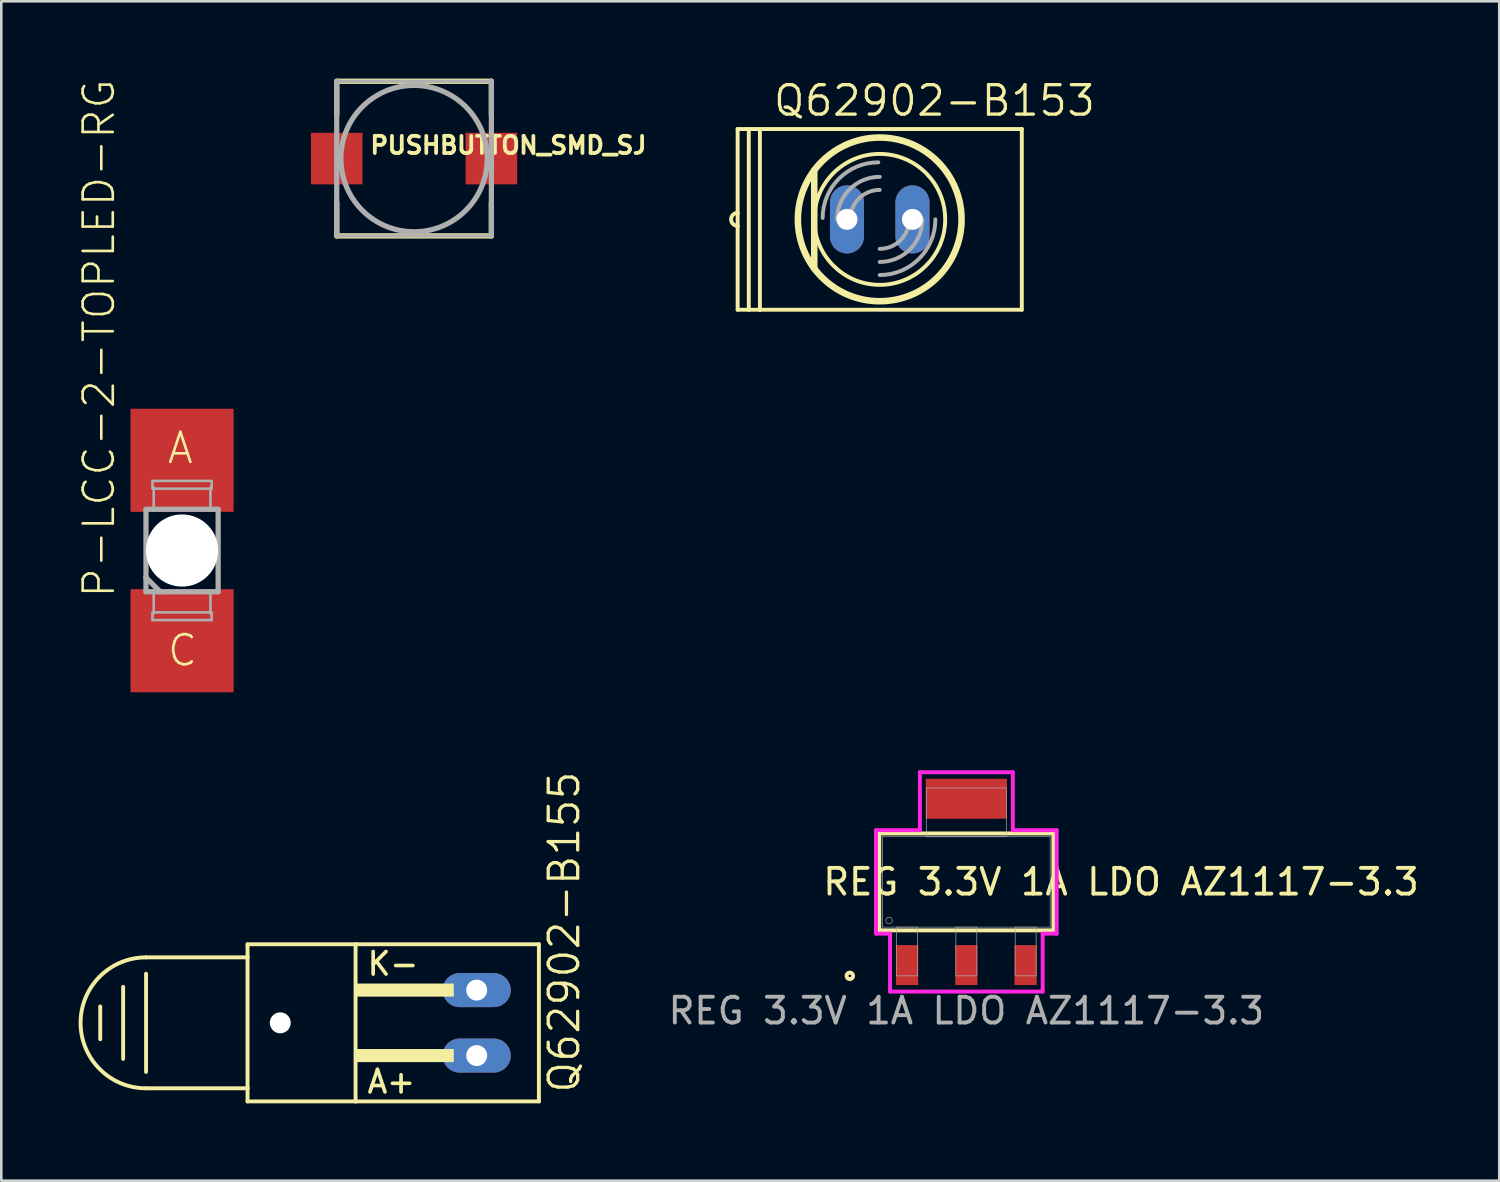
<source format=kicad_pcb>
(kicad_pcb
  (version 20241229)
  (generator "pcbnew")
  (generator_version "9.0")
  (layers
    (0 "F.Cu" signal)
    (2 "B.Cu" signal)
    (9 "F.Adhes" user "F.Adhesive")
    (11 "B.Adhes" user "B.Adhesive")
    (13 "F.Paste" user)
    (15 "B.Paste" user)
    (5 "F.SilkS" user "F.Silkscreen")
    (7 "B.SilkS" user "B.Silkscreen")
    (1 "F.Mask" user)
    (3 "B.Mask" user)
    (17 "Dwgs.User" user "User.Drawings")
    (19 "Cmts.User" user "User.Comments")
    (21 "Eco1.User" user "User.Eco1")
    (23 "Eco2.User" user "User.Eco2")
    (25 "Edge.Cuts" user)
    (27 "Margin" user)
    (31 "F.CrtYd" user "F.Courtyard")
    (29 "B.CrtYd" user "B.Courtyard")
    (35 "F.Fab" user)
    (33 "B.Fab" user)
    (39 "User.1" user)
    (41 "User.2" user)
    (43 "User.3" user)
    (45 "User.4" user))
  (footprint "Q62902-B153"
    (layer "F.Cu")
    (at 31.078 5.461)
    (property "Reference" "Q62902-B153" (at -4.191 -3.937 0) (unlocked yes) (layer "F.SilkS") (effects (font (size 1.143 1.143) (thickness 0.127)) (justify left bottom)))
    (fp_line (start -5.512 -0.254) (end -5.512 -3.505) (stroke (width 0.152) (type solid)) (layer "F.SilkS"))
    (fp_line (start -5.512 0.254) (end -5.512 -0.254) (stroke (width 0.152) (type solid)) (layer "F.SilkS"))
    (fp_line (start -5.512 3.505) (end -5.512 0.254) (stroke (width 0.152) (type solid)) (layer "F.SilkS"))
    (fp_line (start -5.08 -3.505) (end -5.512 -3.505) (stroke (width 0.152) (type solid)) (layer "F.SilkS"))
    (fp_line (start -5.08 -3.505) (end -4.648 -3.505) (stroke (width 0.152) (type solid)) (layer "F.SilkS"))
    (fp_line (start -5.08 3.505) (end -5.512 3.505) (stroke (width 0.152) (type solid)) (layer "F.SilkS"))
    (fp_line (start -5.08 3.505) (end -5.08 -3.505) (stroke (width 0.152) (type solid)) (layer "F.SilkS"))
    (fp_line (start -4.648 -3.505) (end -4.648 3.505) (stroke (width 0.152) (type solid)) (layer "F.SilkS"))
    (fp_line (start -4.648 -3.505) (end 5.512 -3.505) (stroke (width 0.152) (type solid)) (layer "F.SilkS"))
    (fp_line (start -4.648 3.505) (end -5.08 3.505) (stroke (width 0.152) (type solid)) (layer "F.SilkS"))
    (fp_line (start -2.54 -1.905) (end -2.54 1.905) (stroke (width 0.254) (type solid)) (layer "F.SilkS"))
    (fp_line (start 5.512 -3.505) (end 5.512 3.505) (stroke (width 0.152) (type solid)) (layer "F.SilkS"))
    (fp_line (start 5.512 3.505) (end -4.648 3.505) (stroke (width 0.152) (type solid)) (layer "F.SilkS"))
    (fp_arc (start -5.5118 0.254) (mid -5.7658 0) (end -5.5118 -0.254) (stroke (width 0.1524) (type solid)) (layer "F.SilkS"))
    (fp_circle (center 0 0) (end 2.54 0) (stroke (width 0.152) (type solid)) (fill no) (layer "F.SilkS"))
    (fp_circle (center 0 0) (end 3.175 0) (stroke (width 0.254) (type solid)) (fill no) (layer "F.SilkS"))
    (fp_arc (start -2.2129 -0.0539) (mid -1.580601 -1.580603) (end -0.053898 -2.2129) (stroke (width 0.1524) (type solid)) (layer "F.Fab"))
    (fp_arc (start -1.651 0) (mid -1.167433 -1.167433) (end 0 -1.651) (stroke (width 0.1524) (type solid)) (layer "F.Fab"))
    (fp_arc (start -1.143 0) (mid -0.808223 -0.808223) (end 0 -1.143) (stroke (width 0.1524) (type solid)) (layer "F.Fab"))
    (fp_arc (start 1.143 0) (mid 0.808223 0.808223) (end 0 1.143) (stroke (width 0.1524) (type solid)) (layer "F.Fab"))
    (fp_arc (start 1.651 0) (mid 1.167433 1.167433) (end 0 1.651) (stroke (width 0.1524) (type solid)) (layer "F.Fab"))
    (fp_arc (start 2.159 0) (mid 1.526644 1.526644) (end 0 2.159) (stroke (width 0.1524) (type solid)) (layer "F.Fab"))
    (pad "A" thru_hole oval (at 1.27 0 90) (size 2.642 1.321) (drill 0.813) (layers "*.Cu" "*.Mask"))
    (pad "K" thru_hole oval (at -1.27 0 90) (size 2.642 1.321) (drill 0.813) (layers "*.Cu" "*.Mask")))
  (footprint "REG 3.3V 1A LDO AZ1117-3.3"
    (layer "F.Cu")
    (at 34.439 31.163)
    (property "Reference" "REG 3.3V 1A LDO AZ1117-3.3" (at 6 0 0) (unlocked yes) (layer "F.SilkS") (effects (font (size 1 1) (thickness 0.15))))
    (attr smd)
    (fp_poly (pts (xy 1.575 -4) (xy -1.575 -4) (xy -1.575 -2.451) (xy 1.575 -2.451)) (stroke (width 0) (type solid)) (fill yes) (layer "F.Cu"))
    (fp_poly (pts (xy 1.6 -4.356) (xy -1.6 -4.356) (xy -1.6 -2.095) (xy 1.6 -2.095)) (stroke (width 0) (type solid)) (fill yes) (layer "F.Mask"))
    (fp_line (start -3.378 -1.88) (end -3.378 1.88) (stroke (width 0.152) (type solid)) (layer "F.SilkS"))
    (fp_line (start -3.378 1.88) (end 3.378 1.88) (stroke (width 0.152) (type solid)) (layer "F.SilkS"))
    (fp_line (start 3.378 -1.88) (end -3.378 -1.88) (stroke (width 0.152) (type solid)) (layer "F.SilkS"))
    (fp_line (start 3.378 1.88) (end 3.378 -1.88) (stroke (width 0.152) (type solid)) (layer "F.SilkS"))
    (fp_circle (center -4.521 3.645) (end -4.394 3.645) (stroke (width 0.152) (type solid)) (fill no) (layer "F.SilkS"))
    (fp_poly (pts (xy 1.575 -4) (xy -1.575 -4) (xy -1.575 -2.451) (xy 1.575 -2.451)) (stroke (width 0) (type solid)) (fill yes) (layer "F.Paste"))
    (fp_line (start -3.505 -2.007) (end -1.803 -2.007) (stroke (width 0.152) (type solid)) (layer "F.CrtYd"))
    (fp_line (start -3.505 2.007) (end -3.505 -2.007) (stroke (width 0.152) (type solid)) (layer "F.CrtYd"))
    (fp_line (start -2.96 2.007) (end -3.505 2.007) (stroke (width 0.152) (type solid)) (layer "F.CrtYd"))
    (fp_line (start -2.96 4.255) (end -2.96 2.007) (stroke (width 0.152) (type solid)) (layer "F.CrtYd"))
    (fp_line (start -1.803 -4.255) (end 1.803 -4.255) (stroke (width 0.152) (type solid)) (layer "F.CrtYd"))
    (fp_line (start -1.803 -2.007) (end -1.803 -4.255) (stroke (width 0.152) (type solid)) (layer "F.CrtYd"))
    (fp_line (start 1.803 -4.255) (end 1.803 -2.007) (stroke (width 0.152) (type solid)) (layer "F.CrtYd"))
    (fp_line (start 1.803 -2.007) (end 3.505 -2.007) (stroke (width 0.152) (type solid)) (layer "F.CrtYd"))
    (fp_line (start 2.96 2.007) (end 2.96 4.255) (stroke (width 0.152) (type solid)) (layer "F.CrtYd"))
    (fp_line (start 2.96 4.255) (end -2.96 4.255) (stroke (width 0.152) (type solid)) (layer "F.CrtYd"))
    (fp_line (start 3.505 -2.007) (end 3.505 2.007) (stroke (width 0.152) (type solid)) (layer "F.CrtYd"))
    (fp_line (start 3.505 2.007) (end 2.96 2.007) (stroke (width 0.152) (type solid)) (layer "F.CrtYd"))
    (fp_line (start -3.251 -1.753) (end -3.251 1.753) (stroke (width 0.025) (type solid)) (layer "F.Fab"))
    (fp_line (start -3.251 1.753) (end 3.251 1.753) (stroke (width 0.025) (type solid)) (layer "F.Fab"))
    (fp_line (start -2.706 1.753) (end -2.706 3.645) (stroke (width 0.025) (type solid)) (layer "F.Fab"))
    (fp_line (start -2.706 3.645) (end -1.894 3.645) (stroke (width 0.025) (type solid)) (layer "F.Fab"))
    (fp_line (start -1.894 1.753) (end -2.706 1.753) (stroke (width 0.025) (type solid)) (layer "F.Fab"))
    (fp_line (start -1.894 3.645) (end -1.894 1.753) (stroke (width 0.025) (type solid)) (layer "F.Fab"))
    (fp_line (start -1.549 -3.645) (end -1.549 -1.753) (stroke (width 0.025) (type solid)) (layer "F.Fab"))
    (fp_line (start -1.549 -1.753) (end 1.549 -1.753) (stroke (width 0.025) (type solid)) (layer "F.Fab"))
    (fp_line (start -0.406 1.753) (end -0.406 3.645) (stroke (width 0.025) (type solid)) (layer "F.Fab"))
    (fp_line (start -0.406 3.645) (end 0.406 3.645) (stroke (width 0.025) (type solid)) (layer "F.Fab"))
    (fp_line (start 0.406 1.753) (end -0.406 1.753) (stroke (width 0.025) (type solid)) (layer "F.Fab"))
    (fp_line (start 0.406 3.645) (end 0.406 1.753) (stroke (width 0.025) (type solid)) (layer "F.Fab"))
    (fp_line (start 1.549 -3.645) (end -1.549 -3.645) (stroke (width 0.025) (type solid)) (layer "F.Fab"))
    (fp_line (start 1.549 -1.753) (end 1.549 -3.645) (stroke (width 0.025) (type solid)) (layer "F.Fab"))
    (fp_line (start 1.894 1.753) (end 1.894 3.645) (stroke (width 0.025) (type solid)) (layer "F.Fab"))
    (fp_line (start 1.894 3.645) (end 2.706 3.645) (stroke (width 0.025) (type solid)) (layer "F.Fab"))
    (fp_line (start 2.706 1.753) (end 1.894 1.753) (stroke (width 0.025) (type solid)) (layer "F.Fab"))
    (fp_line (start 2.706 3.645) (end 2.706 1.753) (stroke (width 0.025) (type solid)) (layer "F.Fab"))
    (fp_line (start 3.251 -1.753) (end -3.251 -1.753) (stroke (width 0.025) (type solid)) (layer "F.Fab"))
    (fp_line (start 3.251 1.753) (end 3.251 -1.753) (stroke (width 0.025) (type solid)) (layer "F.Fab"))
    (fp_circle (center -2.997 1.499) (end -2.87 1.499) (stroke (width 0.025) (type solid)) (fill no) (layer "F.Fab"))
    (fp_text user "${REFERENCE}" (at 0 5 0) (unlocked yes) (layer "F.Fab") (effects (font (size 1 1) (thickness 0.15))))
    (pad "1" smd rect (at -2.3 3.226) (size 0.864 1.549) (layers "F.Cu" "F.Mask" "F.Paste"))
    (pad "2" smd rect (at 0 3.226) (size 0.864 1.549) (layers "F.Cu" "F.Mask" "F.Paste"))
    (pad "3" smd rect (at 2.3 3.226) (size 0.864 1.549) (layers "F.Cu" "F.Mask" "F.Paste")))
  (footprint "Q62902-B155"
    (layer "F.Cu")
    (at 7.823 36.63)
    (property "Reference" "Q62902-B155" (at 11.684 2.794 90) (unlocked yes) (layer "F.SilkS") (effects (font (size 1.143 1.143) (thickness 0.127)) (justify left bottom)))
    (fp_line (start -6.985 -0.635) (end -6.985 0.635) (stroke (width 0.152) (type solid)) (layer "F.SilkS"))
    (fp_line (start -6.096 -1.397) (end -6.096 1.397) (stroke (width 0.152) (type solid)) (layer "F.SilkS"))
    (fp_line (start -5.207 -1.905) (end -5.207 1.905) (stroke (width 0.152) (type solid)) (layer "F.SilkS"))
    (fp_line (start -5.207 2.54) (end -1.27 2.54) (stroke (width 0.152) (type solid)) (layer "F.SilkS"))
    (fp_line (start -1.27 -2.54) (end -5.207 -2.54) (stroke (width 0.152) (type solid)) (layer "F.SilkS"))
    (fp_line (start -1.27 -2.54) (end -1.27 -3.048) (stroke (width 0.152) (type solid)) (layer "F.SilkS"))
    (fp_line (start -1.27 2.54) (end -1.27 -2.54) (stroke (width 0.152) (type solid)) (layer "F.SilkS"))
    (fp_line (start -1.27 3.048) (end -1.27 2.54) (stroke (width 0.152) (type solid)) (layer "F.SilkS"))
    (fp_line (start -1.27 3.048) (end 2.921 3.048) (stroke (width 0.152) (type solid)) (layer "F.SilkS"))
    (fp_line (start 2.921 -3.048) (end -1.27 -3.048) (stroke (width 0.152) (type solid)) (layer "F.SilkS"))
    (fp_line (start 2.921 3.048) (end 2.921 -3.048) (stroke (width 0.152) (type solid)) (layer "F.SilkS"))
    (fp_line (start 2.921 3.048) (end 10.033 3.048) (stroke (width 0.152) (type solid)) (layer "F.SilkS"))
    (fp_line (start 10.033 -3.048) (end 2.921 -3.048) (stroke (width 0.152) (type solid)) (layer "F.SilkS"))
    (fp_line (start 10.033 -3.048) (end 10.033 3.048) (stroke (width 0.152) (type solid)) (layer "F.SilkS"))
    (fp_arc (start -5.207 2.54) (mid -7.747 0) (end -5.207 -2.54) (stroke (width 0.1524) (type solid)) (layer "F.SilkS"))
    (fp_poly (pts (xy 2.921 -1.016) (xy 6.731 -1.016) (xy 6.731 -1.524) (xy 2.921 -1.524)) (stroke (width 0) (type default)) (fill yes) (layer "F.SilkS"))
    (fp_poly (pts (xy 2.921 1.524) (xy 6.731 1.524) (xy 6.731 1.016) (xy 2.921 1.016)) (stroke (width 0) (type default)) (fill yes) (layer "F.SilkS"))
    (fp_text user "A+" (at 3.302 2.794 0) (unlocked yes) (layer "F.SilkS") (effects (font (size 0.874 0.874) (thickness 0.142)) (justify left bottom)))
    (fp_text user "K-" (at 3.302 -1.778 0) (unlocked yes) (layer "F.SilkS") (effects (font (size 0.874 0.874) (thickness 0.142)) (justify left bottom)))
    (pad "" np_thru_hole circle (at 0 0) (size 0.813 0.813) (drill 0.813) (layers "*.Cu" "*.Mask"))
    (pad "A" thru_hole oval (at 7.62 1.27) (size 2.642 1.321) (drill 0.813) (layers "*.Cu" "*.Mask"))
    (pad "K" thru_hole oval (at 7.62 -1.27) (size 2.642 1.321) (drill 0.813) (layers "*.Cu" "*.Mask")))
  (footprint "P-LCC-2-TOPLED-RG"
    (layer "F.Cu")
    (at 4.013 18.307)
    (property "Reference" "P-LCC-2-TOPLED-RG" (at -2.54 1.905 90) (unlocked yes) (layer "F.SilkS") (effects (font (size 1.168 1.168) (thickness 0.102)) (justify left bottom)))
    (fp_poly (pts (xy -1.5 -1.5) (xy 1.5 -1.5) (xy 1.5 -3.2) (xy -1.5 -3.2)) (stroke (width 0) (type default)) (fill yes) (layer "F.Mask"))
    (fp_poly (pts (xy -1.5 3.2) (xy 1.5 3.2) (xy 1.5 1.5) (xy -1.5 1.5)) (stroke (width 0) (type default)) (fill yes) (layer "F.Mask"))
    (fp_circle (center 0 0) (end 1.1 0) (stroke (width 0.203) (type solid)) (fill no) (layer "F.SilkS"))
    (fp_poly (pts (xy -0.25 0.25) (xy 0.25 0.25) (xy 0.25 -0.25) (xy -0.25 -0.25)) (stroke (width 0) (type default)) (fill yes) (layer "F.SilkS"))
    (fp_poly (pts (xy -1.3 -1.5) (xy 1.3 -1.5) (xy 1.3 -3) (xy -1.3 -3)) (stroke (width 0) (type default)) (fill yes) (layer "F.Paste"))
    (fp_poly (pts (xy -1.3 3) (xy 1.3 3) (xy 1.3 1.5) (xy -1.3 1.5)) (stroke (width 0) (type default)) (fill yes) (layer "F.Paste"))
    (fp_line (start -1.4 -1.6) (end -1.4 1.05) (stroke (width 0.203) (type solid)) (layer "F.Fab"))
    (fp_line (start -1.4 1.05) (end -1.4 1.6) (stroke (width 0.203) (type solid)) (layer "F.Fab"))
    (fp_line (start -1.4 1.6) (end -1.1 1.6) (stroke (width 0.203) (type solid)) (layer "F.Fab"))
    (fp_line (start -1.1 -1.6) (end -1.4 -1.6) (stroke (width 0.203) (type solid)) (layer "F.Fab"))
    (fp_line (start -1.1 -1.6) (end -1.1 -2.45) (stroke (width 0.102) (type solid)) (layer "F.Fab"))
    (fp_line (start -1.1 1.6) (end -1.1 2.45) (stroke (width 0.102) (type solid)) (layer "F.Fab"))
    (fp_line (start -1.1 1.6) (end -0.85 1.6) (stroke (width 0.203) (type solid)) (layer "F.Fab"))
    (fp_line (start -0.85 1.6) (end -1.4 1.05) (stroke (width 0.203) (type solid)) (layer "F.Fab"))
    (fp_line (start -0.85 1.6) (end 1.1 1.6) (stroke (width 0.203) (type solid)) (layer "F.Fab"))
    (fp_line (start 1.1 -2.45) (end 1.1 -1.6) (stroke (width 0.102) (type solid)) (layer "F.Fab"))
    (fp_line (start 1.1 -1.6) (end -1.1 -1.6) (stroke (width 0.203) (type solid)) (layer "F.Fab"))
    (fp_line (start 1.1 1.6) (end 1.4 1.6) (stroke (width 0.203) (type solid)) (layer "F.Fab"))
    (fp_line (start 1.1 2.45) (end 1.1 1.6) (stroke (width 0.102) (type solid)) (layer "F.Fab"))
    (fp_line (start 1.4 -1.6) (end 1.1 -1.6) (stroke (width 0.203) (type solid)) (layer "F.Fab"))
    (fp_line (start 1.4 1.6) (end 1.4 -1.6) (stroke (width 0.203) (type solid)) (layer "F.Fab"))
    (fp_poly (pts (xy -1.15 -2.4) (xy 1.15 -2.4) (xy 1.15 -2.7) (xy -1.15 -2.7)) (stroke (width 0.1) (type default)) (fill no) (layer "F.Fab"))
    (fp_poly (pts (xy -1.15 2.7) (xy 1.15 2.7) (xy 1.15 2.4) (xy -1.15 2.4)) (stroke (width 0.1) (type default)) (fill no) (layer "F.Fab"))
    (fp_text user "C" (at -0.635 4.56 0) (unlocked yes) (layer "F.SilkS") (effects (font (size 1.168 1.168) (thickness 0.102)) (justify left bottom)))
    (fp_text user "A" (at -0.635 -3.29 0) (unlocked yes) (layer "F.SilkS") (effects (font (size 1.168 1.168) (thickness 0.102)) (justify left bottom)))
    (pad "" np_thru_hole circle (at 0 0) (size 2.8 2.8) (drill 2.8) (layers "*.Cu" "*.Mask"))
    (pad "A" smd rect (at 0 -3.5) (size 4 4) (layers "F.Cu"))
    (pad "C" smd rect (at 0 3.5) (size 4 4) (layers "F.Cu")))
  (footprint "PUSHBUTTON_SMD_SJ"
    (layer "F.Cu")
    (at 13.013 3.102)
    (property "Reference" "PUSHBUTTON_SMD_SJ" (at -1.778 -0.127 0) (unlocked yes) (layer "F.SilkS") (effects (font (size 0.666 0.666) (thickness 0.146)) (justify left bottom)))
    (fp_line (start -3 -3) (end 3 -3) (stroke (width 0.203) (type solid)) (layer "F.SilkS"))
    (fp_line (start -3 -1.7) (end -3 -3) (stroke (width 0.203) (type solid)) (layer "F.SilkS"))
    (fp_line (start -3 3) (end -3 1.7) (stroke (width 0.203) (type solid)) (layer "F.SilkS"))
    (fp_line (start 3 -3) (end 3 -1.7) (stroke (width 0.203) (type solid)) (layer "F.SilkS"))
    (fp_line (start 3 1.7) (end 3 3) (stroke (width 0.203) (type solid)) (layer "F.SilkS"))
    (fp_line (start 3 3) (end -3 3) (stroke (width 0.203) (type solid)) (layer "F.SilkS"))
    (fp_line (start -3 3) (end -3 -3) (stroke (width 0.203) (type solid)) (layer "F.Fab"))
    (fp_line (start -3 -3) (end 3 -3) (stroke (width 0.127) (type solid)) (layer "F.Fab"))
    (fp_line (start 3 -3) (end 3 3) (stroke (width 0.203) (type solid)) (layer "F.Fab"))
    (fp_line (start 3 3) (end -3 3) (stroke (width 0.127) (type solid)) (layer "F.Fab"))
    (fp_circle (center 0 0) (end 2.84 0) (stroke (width 0.203) (type solid)) (fill no) (layer "F.Fab"))
    (pad "P$1" smd rect (at 3 0) (size 2 2) (layers "F.Cu" "F.Mask" "F.Paste"))
    (pad "P$2" smd rect (at -3 0) (size 2 2) (layers "F.Cu" "F.Mask" "F.Paste")))
  (gr_rect
    (start -3 -3)
    (end 55.112 42.754)
    (stroke (width 0.1) (type default))
    (fill no)
    (layer "Edge.Cuts")))
</source>
